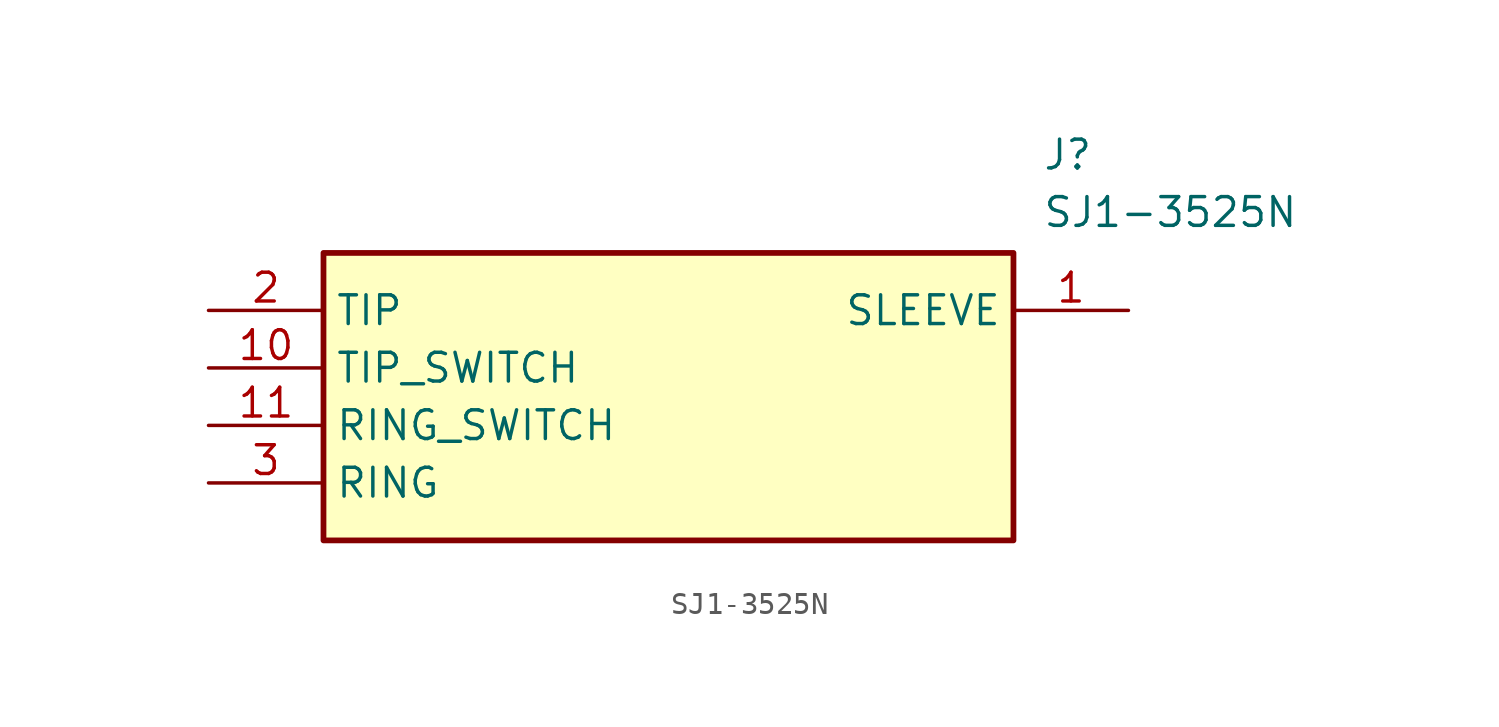
<source format=kicad_sym>
(kicad_symbol_lib
  (version 20211014)
  (generator SamacSys_ECAD_Model)
  (symbol "SJ1-3525N"
    (property "Reference" "J"
      (at 36.83 7.62 0)
      (effects (font (size 1.27 1.27)) (justify left top)))
    (property "Value" "SJ1-3525N"
      (at 36.83 5.08 0)
      (effects (font (size 1.27 1.27)) (justify left top)))
    (rectangle
      (start 5.08 2.54)
      (end 35.56 -10.16)
      (stroke (width 0.254) (type default))
      (fill (type background)))
    (pin passive line
      (at 40.64 0 180)
      (length 5.08)
      (name "SLEEVE" (effects (font (size 1.27 1.27))))
      (number "1" (effects (font (size 1.27 1.27)))))
    (pin passive line
      (at 0 0 0)
      (length 5.08)
      (name "TIP" (effects (font (size 1.27 1.27))))
      (number "2" (effects (font (size 1.27 1.27)))))
    (pin passive line
      (at 0 -7.62 0)
      (length 5.08)
      (name "RING" (effects (font (size 1.27 1.27))))
      (number "3" (effects (font (size 1.27 1.27)))))
    (pin passive line
      (at 0 -2.54 0)
      (length 5.08)
      (name "TIP_SWITCH" (effects (font (size 1.27 1.27))))
      (number "10" (effects (font (size 1.27 1.27)))))
    (pin passive line
      (at 0 -5.08 0)
      (length 5.08)
      (name "RING_SWITCH" (effects (font (size 1.27 1.27))))
      (number "11" (effects (font (size 1.27 1.27)))))))
</source>
